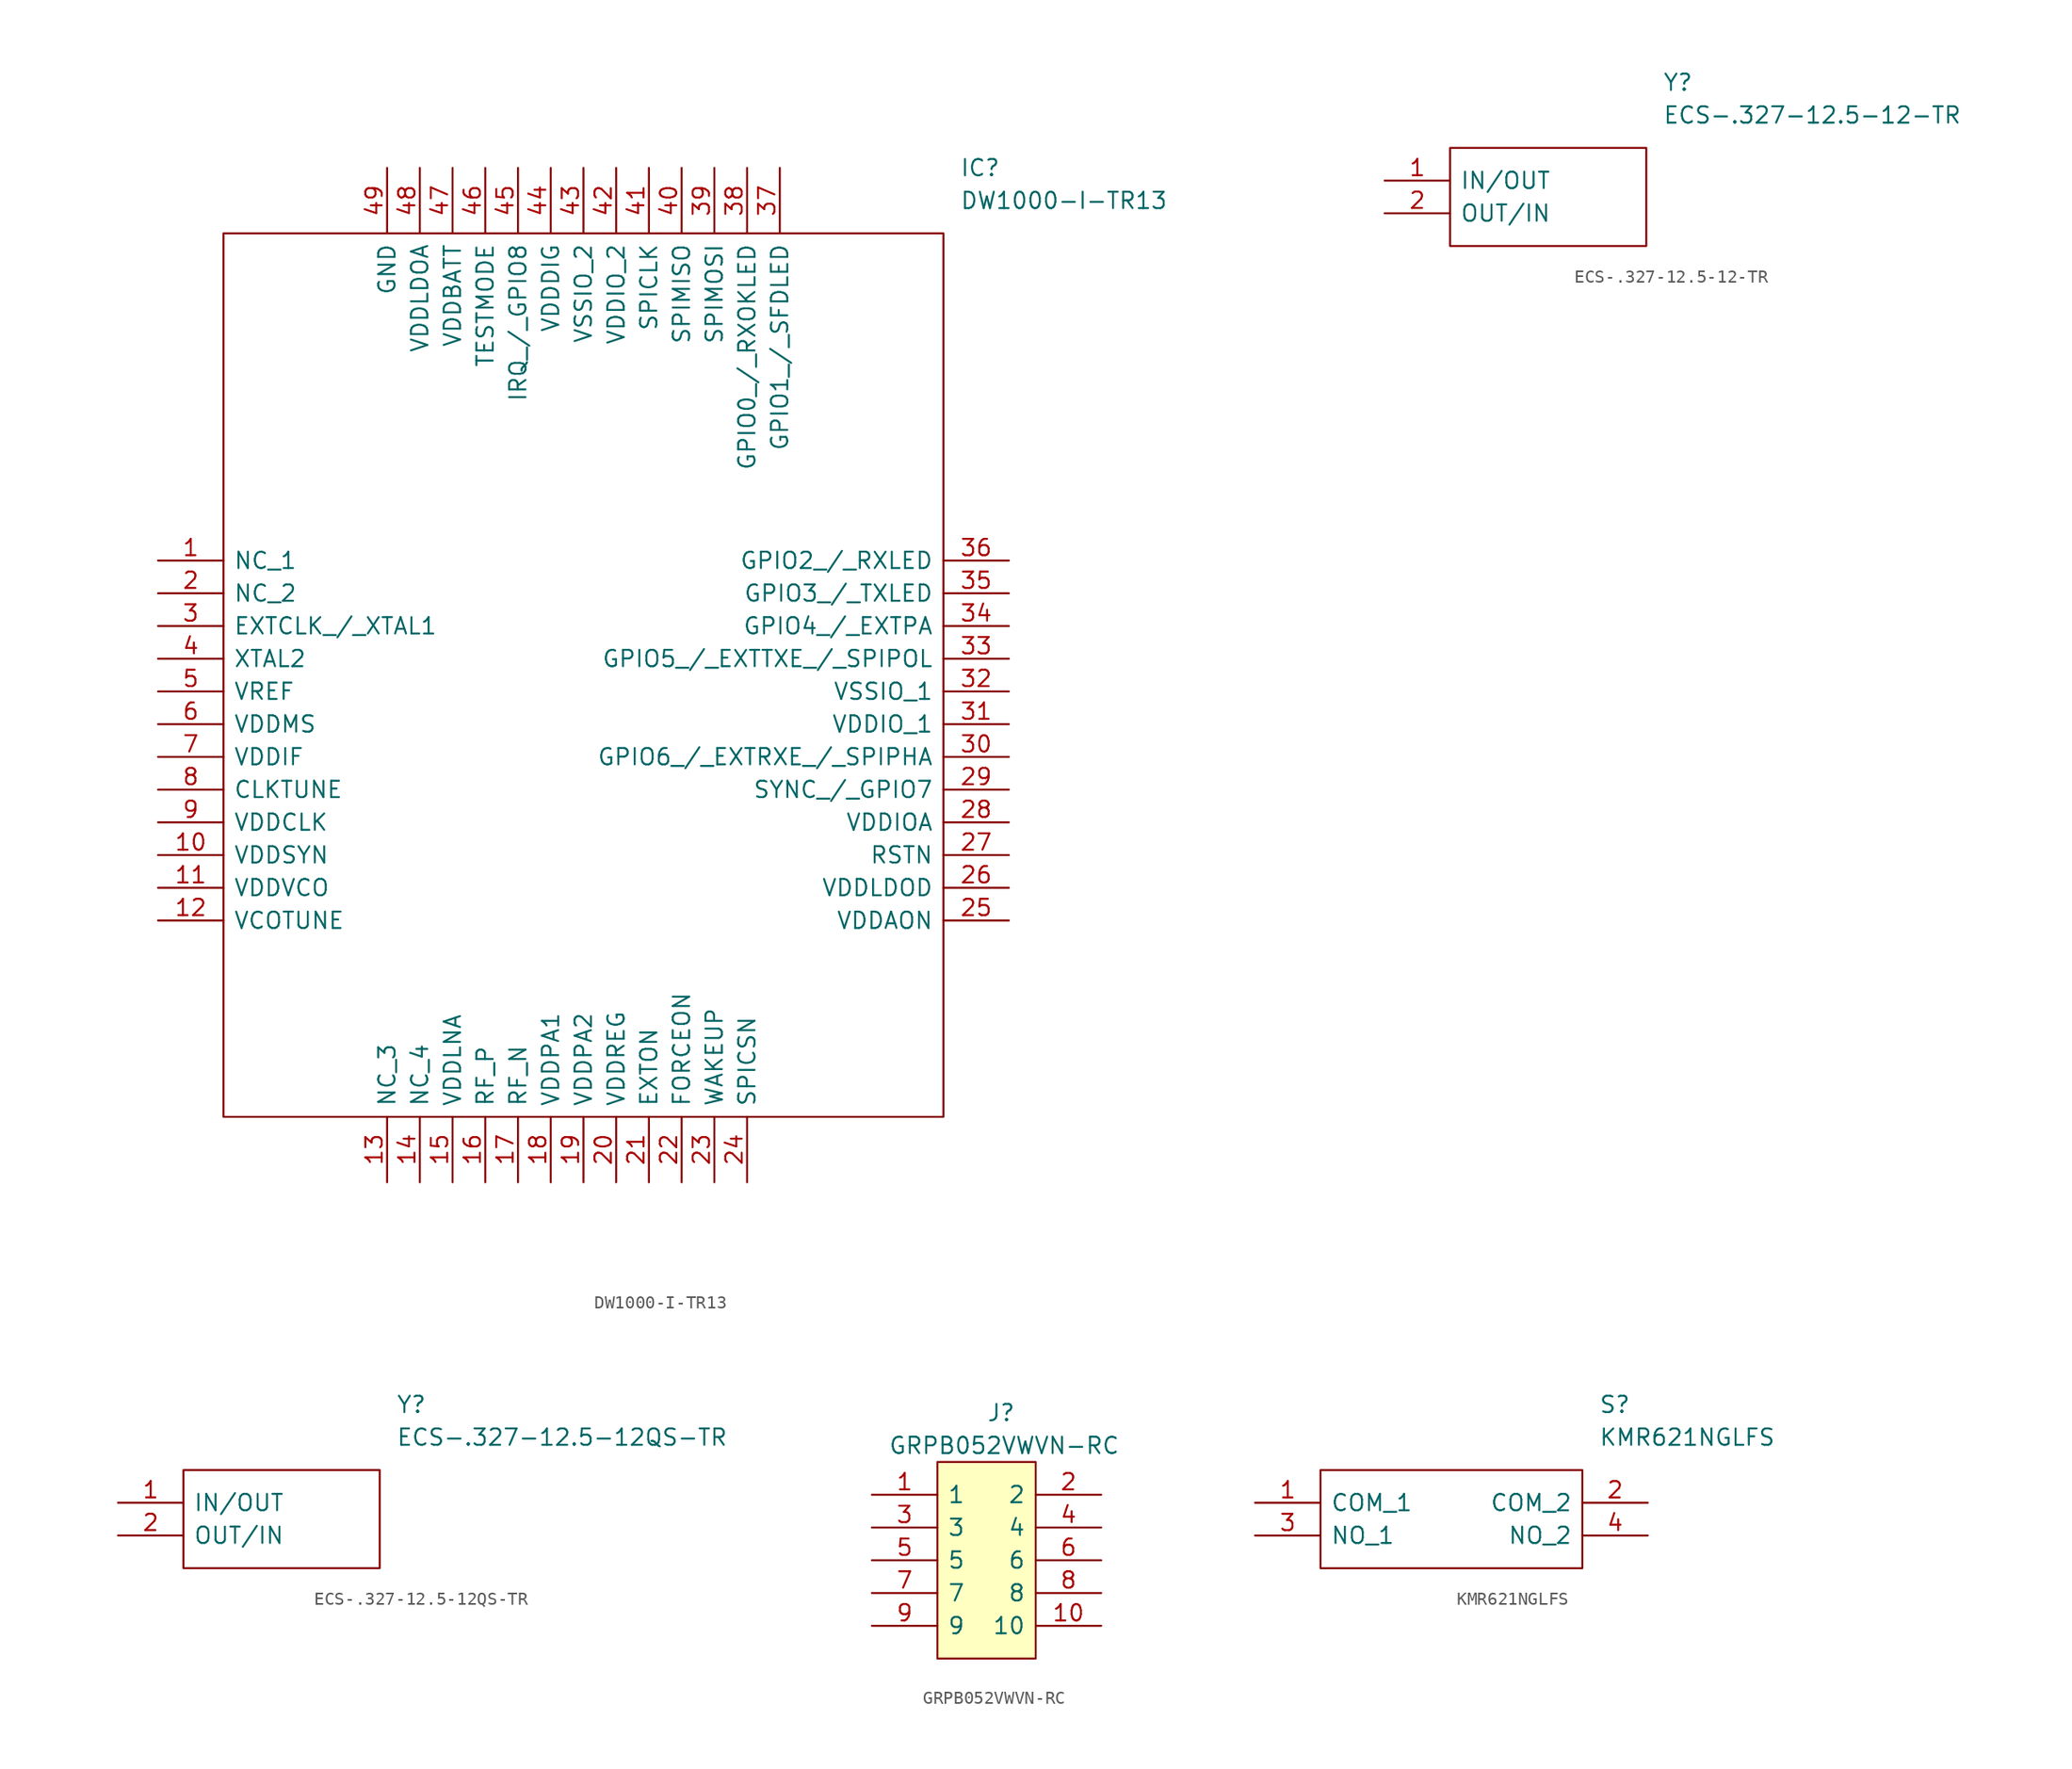
<source format=kicad_sym>
(kicad_symbol_lib
  (version 20211014)
  (generator kicad_symbol_editor)
  (symbol "DW1000-I-TR13"
    (pin_names
      (offset 0.762))
    (property "Reference" "IC"
      (at 62.23 30.48 0)
      (effects (font (size 1.27 1.27)) (justify left)))
    (property "Value" "DW1000-I-TR13"
      (at 62.23 27.94 0)
      (effects (font (size 1.27 1.27)) (justify left)))
    (symbol "DW1000-I-TR13_0_0"
      (pin passive line (at 0 0 0) (length 5.08) (name "NC_1" (effects (font (size 1.27 1.27)))) (number "1" (effects (font (size 1.27 1.27)))))
      (pin passive line (at 0 -22.86 0) (length 5.08) (name "VDDSYN" (effects (font (size 1.27 1.27)))) (number "10" (effects (font (size 1.27 1.27)))))
      (pin passive line (at 0 -25.4 0) (length 5.08) (name "VDDVCO" (effects (font (size 1.27 1.27)))) (number "11" (effects (font (size 1.27 1.27)))))
      (pin passive line (at 0 -27.94 0) (length 5.08) (name "VCOTUNE" (effects (font (size 1.27 1.27)))) (number "12" (effects (font (size 1.27 1.27)))))
      (pin passive line (at 17.78 -48.26 90) (length 5.08) (name "NC_3" (effects (font (size 1.27 1.27)))) (number "13" (effects (font (size 1.27 1.27)))))
      (pin passive line (at 20.32 -48.26 90) (length 5.08) (name "NC_4" (effects (font (size 1.27 1.27)))) (number "14" (effects (font (size 1.27 1.27)))))
      (pin passive line (at 22.86 -48.26 90) (length 5.08) (name "VDDLNA" (effects (font (size 1.27 1.27)))) (number "15" (effects (font (size 1.27 1.27)))))
      (pin passive line (at 25.4 -48.26 90) (length 5.08) (name "RF_P" (effects (font (size 1.27 1.27)))) (number "16" (effects (font (size 1.27 1.27)))))
      (pin passive line (at 27.94 -48.26 90) (length 5.08) (name "RF_N" (effects (font (size 1.27 1.27)))) (number "17" (effects (font (size 1.27 1.27)))))
      (pin passive line (at 30.48 -48.26 90) (length 5.08) (name "VDDPA1" (effects (font (size 1.27 1.27)))) (number "18" (effects (font (size 1.27 1.27)))))
      (pin passive line (at 33.02 -48.26 90) (length 5.08) (name "VDDPA2" (effects (font (size 1.27 1.27)))) (number "19" (effects (font (size 1.27 1.27)))))
      (pin passive line (at 0 -2.54 0) (length 5.08) (name "NC_2" (effects (font (size 1.27 1.27)))) (number "2" (effects (font (size 1.27 1.27)))))
      (pin passive line (at 35.56 -48.26 90) (length 5.08) (name "VDDREG" (effects (font (size 1.27 1.27)))) (number "20" (effects (font (size 1.27 1.27)))))
      (pin passive line (at 38.1 -48.26 90) (length 5.08) (name "EXTON" (effects (font (size 1.27 1.27)))) (number "21" (effects (font (size 1.27 1.27)))))
      (pin passive line (at 40.64 -48.26 90) (length 5.08) (name "FORCEON" (effects (font (size 1.27 1.27)))) (number "22" (effects (font (size 1.27 1.27)))))
      (pin passive line (at 43.18 -48.26 90) (length 5.08) (name "WAKEUP" (effects (font (size 1.27 1.27)))) (number "23" (effects (font (size 1.27 1.27)))))
      (pin passive line (at 45.72 -48.26 90) (length 5.08) (name "SPICSN" (effects (font (size 1.27 1.27)))) (number "24" (effects (font (size 1.27 1.27)))))
      (pin passive line (at 66.04 -27.94 180) (length 5.08) (name "VDDAON" (effects (font (size 1.27 1.27)))) (number "25" (effects (font (size 1.27 1.27)))))
      (pin passive line (at 66.04 -25.4 180) (length 5.08) (name "VDDLDOD" (effects (font (size 1.27 1.27)))) (number "26" (effects (font (size 1.27 1.27)))))
      (pin passive line (at 66.04 -22.86 180) (length 5.08) (name "RSTN" (effects (font (size 1.27 1.27)))) (number "27" (effects (font (size 1.27 1.27)))))
      (pin passive line (at 66.04 -20.32 180) (length 5.08) (name "VDDIOA" (effects (font (size 1.27 1.27)))) (number "28" (effects (font (size 1.27 1.27)))))
      (pin passive line (at 66.04 -17.78 180) (length 5.08) (name "SYNC_/_GPIO7" (effects (font (size 1.27 1.27)))) (number "29" (effects (font (size 1.27 1.27)))))
      (pin passive line (at 0 -5.08 0) (length 5.08) (name "EXTCLK_/_XTAL1" (effects (font (size 1.27 1.27)))) (number "3" (effects (font (size 1.27 1.27)))))
      (pin passive line (at 66.04 -15.24 180) (length 5.08) (name "GPIO6_/_EXTRXE_/_SPIPHA" (effects (font (size 1.27 1.27)))) (number "30" (effects (font (size 1.27 1.27)))))
      (pin passive line (at 66.04 -12.7 180) (length 5.08) (name "VDDIO_1" (effects (font (size 1.27 1.27)))) (number "31" (effects (font (size 1.27 1.27)))))
      (pin passive line (at 66.04 -10.16 180) (length 5.08) (name "VSSIO_1" (effects (font (size 1.27 1.27)))) (number "32" (effects (font (size 1.27 1.27)))))
      (pin passive line (at 66.04 -7.62 180) (length 5.08) (name "GPIO5_/_EXTTXE_/_SPIPOL" (effects (font (size 1.27 1.27)))) (number "33" (effects (font (size 1.27 1.27)))))
      (pin passive line (at 66.04 -5.08 180) (length 5.08) (name "GPIO4_/_EXTPA" (effects (font (size 1.27 1.27)))) (number "34" (effects (font (size 1.27 1.27)))))
      (pin passive line (at 66.04 -2.54 180) (length 5.08) (name "GPIO3_/_TXLED" (effects (font (size 1.27 1.27)))) (number "35" (effects (font (size 1.27 1.27)))))
      (pin passive line (at 66.04 0 180) (length 5.08) (name "GPIO2_/_RXLED" (effects (font (size 1.27 1.27)))) (number "36" (effects (font (size 1.27 1.27)))))
      (pin passive line (at 48.26 30.48 270) (length 5.08) (name "GPIO1_/_SFDLED" (effects (font (size 1.27 1.27)))) (number "37" (effects (font (size 1.27 1.27)))))
      (pin passive line (at 45.72 30.48 270) (length 5.08) (name "GPIO0_/_RXOKLED" (effects (font (size 1.27 1.27)))) (number "38" (effects (font (size 1.27 1.27)))))
      (pin passive line (at 43.18 30.48 270) (length 5.08) (name "SPIMOSI" (effects (font (size 1.27 1.27)))) (number "39" (effects (font (size 1.27 1.27)))))
      (pin passive line (at 0 -7.62 0) (length 5.08) (name "XTAL2" (effects (font (size 1.27 1.27)))) (number "4" (effects (font (size 1.27 1.27)))))
      (pin passive line (at 40.64 30.48 270) (length 5.08) (name "SPIMISO" (effects (font (size 1.27 1.27)))) (number "40" (effects (font (size 1.27 1.27)))))
      (pin passive line (at 38.1 30.48 270) (length 5.08) (name "SPICLK" (effects (font (size 1.27 1.27)))) (number "41" (effects (font (size 1.27 1.27)))))
      (pin passive line (at 35.56 30.48 270) (length 5.08) (name "VDDIO_2" (effects (font (size 1.27 1.27)))) (number "42" (effects (font (size 1.27 1.27)))))
      (pin passive line (at 33.02 30.48 270) (length 5.08) (name "VSSIO_2" (effects (font (size 1.27 1.27)))) (number "43" (effects (font (size 1.27 1.27)))))
      (pin passive line (at 30.48 30.48 270) (length 5.08) (name "VDDDIG" (effects (font (size 1.27 1.27)))) (number "44" (effects (font (size 1.27 1.27)))))
      (pin passive line (at 27.94 30.48 270) (length 5.08) (name "IRQ_/_GPIO8" (effects (font (size 1.27 1.27)))) (number "45" (effects (font (size 1.27 1.27)))))
      (pin passive line (at 25.4 30.48 270) (length 5.08) (name "TESTMODE" (effects (font (size 1.27 1.27)))) (number "46" (effects (font (size 1.27 1.27)))))
      (pin passive line (at 22.86 30.48 270) (length 5.08) (name "VDDBATT" (effects (font (size 1.27 1.27)))) (number "47" (effects (font (size 1.27 1.27)))))
      (pin passive line (at 20.32 30.48 270) (length 5.08) (name "VDDLDOA" (effects (font (size 1.27 1.27)))) (number "48" (effects (font (size 1.27 1.27)))))
      (pin passive line (at 17.78 30.48 270) (length 5.08) (name "GND" (effects (font (size 1.27 1.27)))) (number "49" (effects (font (size 1.27 1.27)))))
      (pin passive line (at 0 -10.16 0) (length 5.08) (name "VREF" (effects (font (size 1.27 1.27)))) (number "5" (effects (font (size 1.27 1.27)))))
      (pin passive line (at 0 -12.7 0) (length 5.08) (name "VDDMS" (effects (font (size 1.27 1.27)))) (number "6" (effects (font (size 1.27 1.27)))))
      (pin passive line (at 0 -15.24 0) (length 5.08) (name "VDDIF" (effects (font (size 1.27 1.27)))) (number "7" (effects (font (size 1.27 1.27)))))
      (pin passive line (at 0 -17.78 0) (length 5.08) (name "CLKTUNE" (effects (font (size 1.27 1.27)))) (number "8" (effects (font (size 1.27 1.27)))))
      (pin passive line (at 0 -20.32 0) (length 5.08) (name "VDDCLK" (effects (font (size 1.27 1.27)))) (number "9" (effects (font (size 1.27 1.27))))))
    (symbol "DW1000-I-TR13_0_1"
      (polyline (pts (xy 5.08 25.4) (xy 60.96 25.4) (xy 60.96 -43.18) (xy 5.08 -43.18) (xy 5.08 25.4)) (stroke (width 0.152) (type default) (color 0 0 0 0)) (fill (type none)))))
  (symbol "ECS-.327-12.5-12-TR"
    (pin_names
      (offset 0.762))
    (property "Reference" "Y"
      (at 21.59 7.62 0)
      (effects (font (size 1.27 1.27)) (justify left)))
    (property "Value" "ECS-.327-12.5-12-TR"
      (at 21.59 5.08 0)
      (effects (font (size 1.27 1.27)) (justify left)))
    (symbol "ECS-.327-12.5-12-TR_0_0"
      (pin passive line (at 0 0 0) (length 5.08) (name "IN/OUT" (effects (font (size 1.27 1.27)))) (number "1" (effects (font (size 1.27 1.27)))))
      (pin passive line (at 0 -2.54 0) (length 5.08) (name "OUT/IN" (effects (font (size 1.27 1.27)))) (number "2" (effects (font (size 1.27 1.27))))))
    (symbol "ECS-.327-12.5-12-TR_0_1"
      (polyline (pts (xy 5.08 2.54) (xy 20.32 2.54) (xy 20.32 -5.08) (xy 5.08 -5.08) (xy 5.08 2.54)) (stroke (width 0.152) (type default) (color 0 0 0 0)) (fill (type none)))))
  (symbol "ECS-.327-12.5-12QS-TR"
    (pin_names
      (offset 0.762))
    (property "Reference" "Y"
      (at 21.59 7.62 0)
      (effects (font (size 1.27 1.27)) (justify left)))
    (property "Value" "ECS-.327-12.5-12QS-TR"
      (at 21.59 5.08 0)
      (effects (font (size 1.27 1.27)) (justify left)))
    (symbol "ECS-.327-12.5-12QS-TR_0_0"
      (pin passive line (at 0 0 0) (length 5.08) (name "IN/OUT" (effects (font (size 1.27 1.27)))) (number "1" (effects (font (size 1.27 1.27)))))
      (pin passive line (at 0 -2.54 0) (length 5.08) (name "OUT/IN" (effects (font (size 1.27 1.27)))) (number "2" (effects (font (size 1.27 1.27))))))
    (symbol "ECS-.327-12.5-12QS-TR_0_1"
      (polyline (pts (xy 5.08 2.54) (xy 20.32 2.54) (xy 20.32 -5.08) (xy 5.08 -5.08) (xy 5.08 2.54)) (stroke (width 0.152) (type default) (color 0 0 0 0)) (fill (type none)))))
  (symbol "GRPB052VWVN-RC"
    (pin_names
      (offset 0.762))
    (property "Reference" "J"
      (at 8.89 6.35 0)
      (effects (font (size 1.27 1.27)) (justify left)))
    (property "Value" "GRPB052VWVN-RC"
      (at 1.27 3.81 0)
      (effects (font (size 1.27 1.27)) (justify left)))
    (symbol "GRPB052VWVN-RC_0_0"
      (pin passive line (at 0 0 0) (length 5.08) (name "1" (effects (font (size 1.27 1.27)))) (number "1" (effects (font (size 1.27 1.27)))))
      (pin passive line (at 17.78 -10.16 180) (length 5.08) (name "10" (effects (font (size 1.27 1.27)))) (number "10" (effects (font (size 1.27 1.27)))))
      (pin passive line (at 17.78 0 180) (length 5.08) (name "2" (effects (font (size 1.27 1.27)))) (number "2" (effects (font (size 1.27 1.27)))))
      (pin passive line (at 0 -2.54 0) (length 5.08) (name "3" (effects (font (size 1.27 1.27)))) (number "3" (effects (font (size 1.27 1.27)))))
      (pin passive line (at 17.78 -2.54 180) (length 5.08) (name "4" (effects (font (size 1.27 1.27)))) (number "4" (effects (font (size 1.27 1.27)))))
      (pin passive line (at 0 -5.08 0) (length 5.08) (name "5" (effects (font (size 1.27 1.27)))) (number "5" (effects (font (size 1.27 1.27)))))
      (pin passive line (at 17.78 -5.08 180) (length 5.08) (name "6" (effects (font (size 1.27 1.27)))) (number "6" (effects (font (size 1.27 1.27)))))
      (pin passive line (at 0 -7.62 0) (length 5.08) (name "7" (effects (font (size 1.27 1.27)))) (number "7" (effects (font (size 1.27 1.27)))))
      (pin passive line (at 17.78 -7.62 180) (length 5.08) (name "8" (effects (font (size 1.27 1.27)))) (number "8" (effects (font (size 1.27 1.27)))))
      (pin passive line (at 0 -10.16 0) (length 5.08) (name "9" (effects (font (size 1.27 1.27)))) (number "9" (effects (font (size 1.27 1.27))))))
    (symbol "GRPB052VWVN-RC_0_1"
      (polyline (pts (xy 5.08 2.54) (xy 12.7 2.54) (xy 12.7 -12.7) (xy 5.08 -12.7) (xy 5.08 2.54)) (stroke (width 0.152) (type default) (color 0 0 0 0)) (fill (type background)))))
  (symbol "KMR621NGLFS"
    (pin_names
      (offset 0.762))
    (property "Reference" "S"
      (at 26.67 7.62 0)
      (effects (font (size 1.27 1.27)) (justify left)))
    (property "Value" "KMR621NGLFS"
      (at 26.67 5.08 0)
      (effects (font (size 1.27 1.27)) (justify left)))
    (symbol "KMR621NGLFS_0_0"
      (pin passive line (at 0 0 0) (length 5.08) (name "COM_1" (effects (font (size 1.27 1.27)))) (number "1" (effects (font (size 1.27 1.27)))))
      (pin passive line (at 30.48 0 180) (length 5.08) (name "COM_2" (effects (font (size 1.27 1.27)))) (number "2" (effects (font (size 1.27 1.27)))))
      (pin passive line (at 0 -2.54 0) (length 5.08) (name "NO_1" (effects (font (size 1.27 1.27)))) (number "3" (effects (font (size 1.27 1.27)))))
      (pin passive line (at 30.48 -2.54 180) (length 5.08) (name "NO_2" (effects (font (size 1.27 1.27)))) (number "4" (effects (font (size 1.27 1.27))))))
    (symbol "KMR621NGLFS_0_1"
      (polyline (pts (xy 5.08 2.54) (xy 25.4 2.54) (xy 25.4 -5.08) (xy 5.08 -5.08) (xy 5.08 2.54)) (stroke (width 0.152) (type default) (color 0 0 0 0)) (fill (type none))))))
</source>
